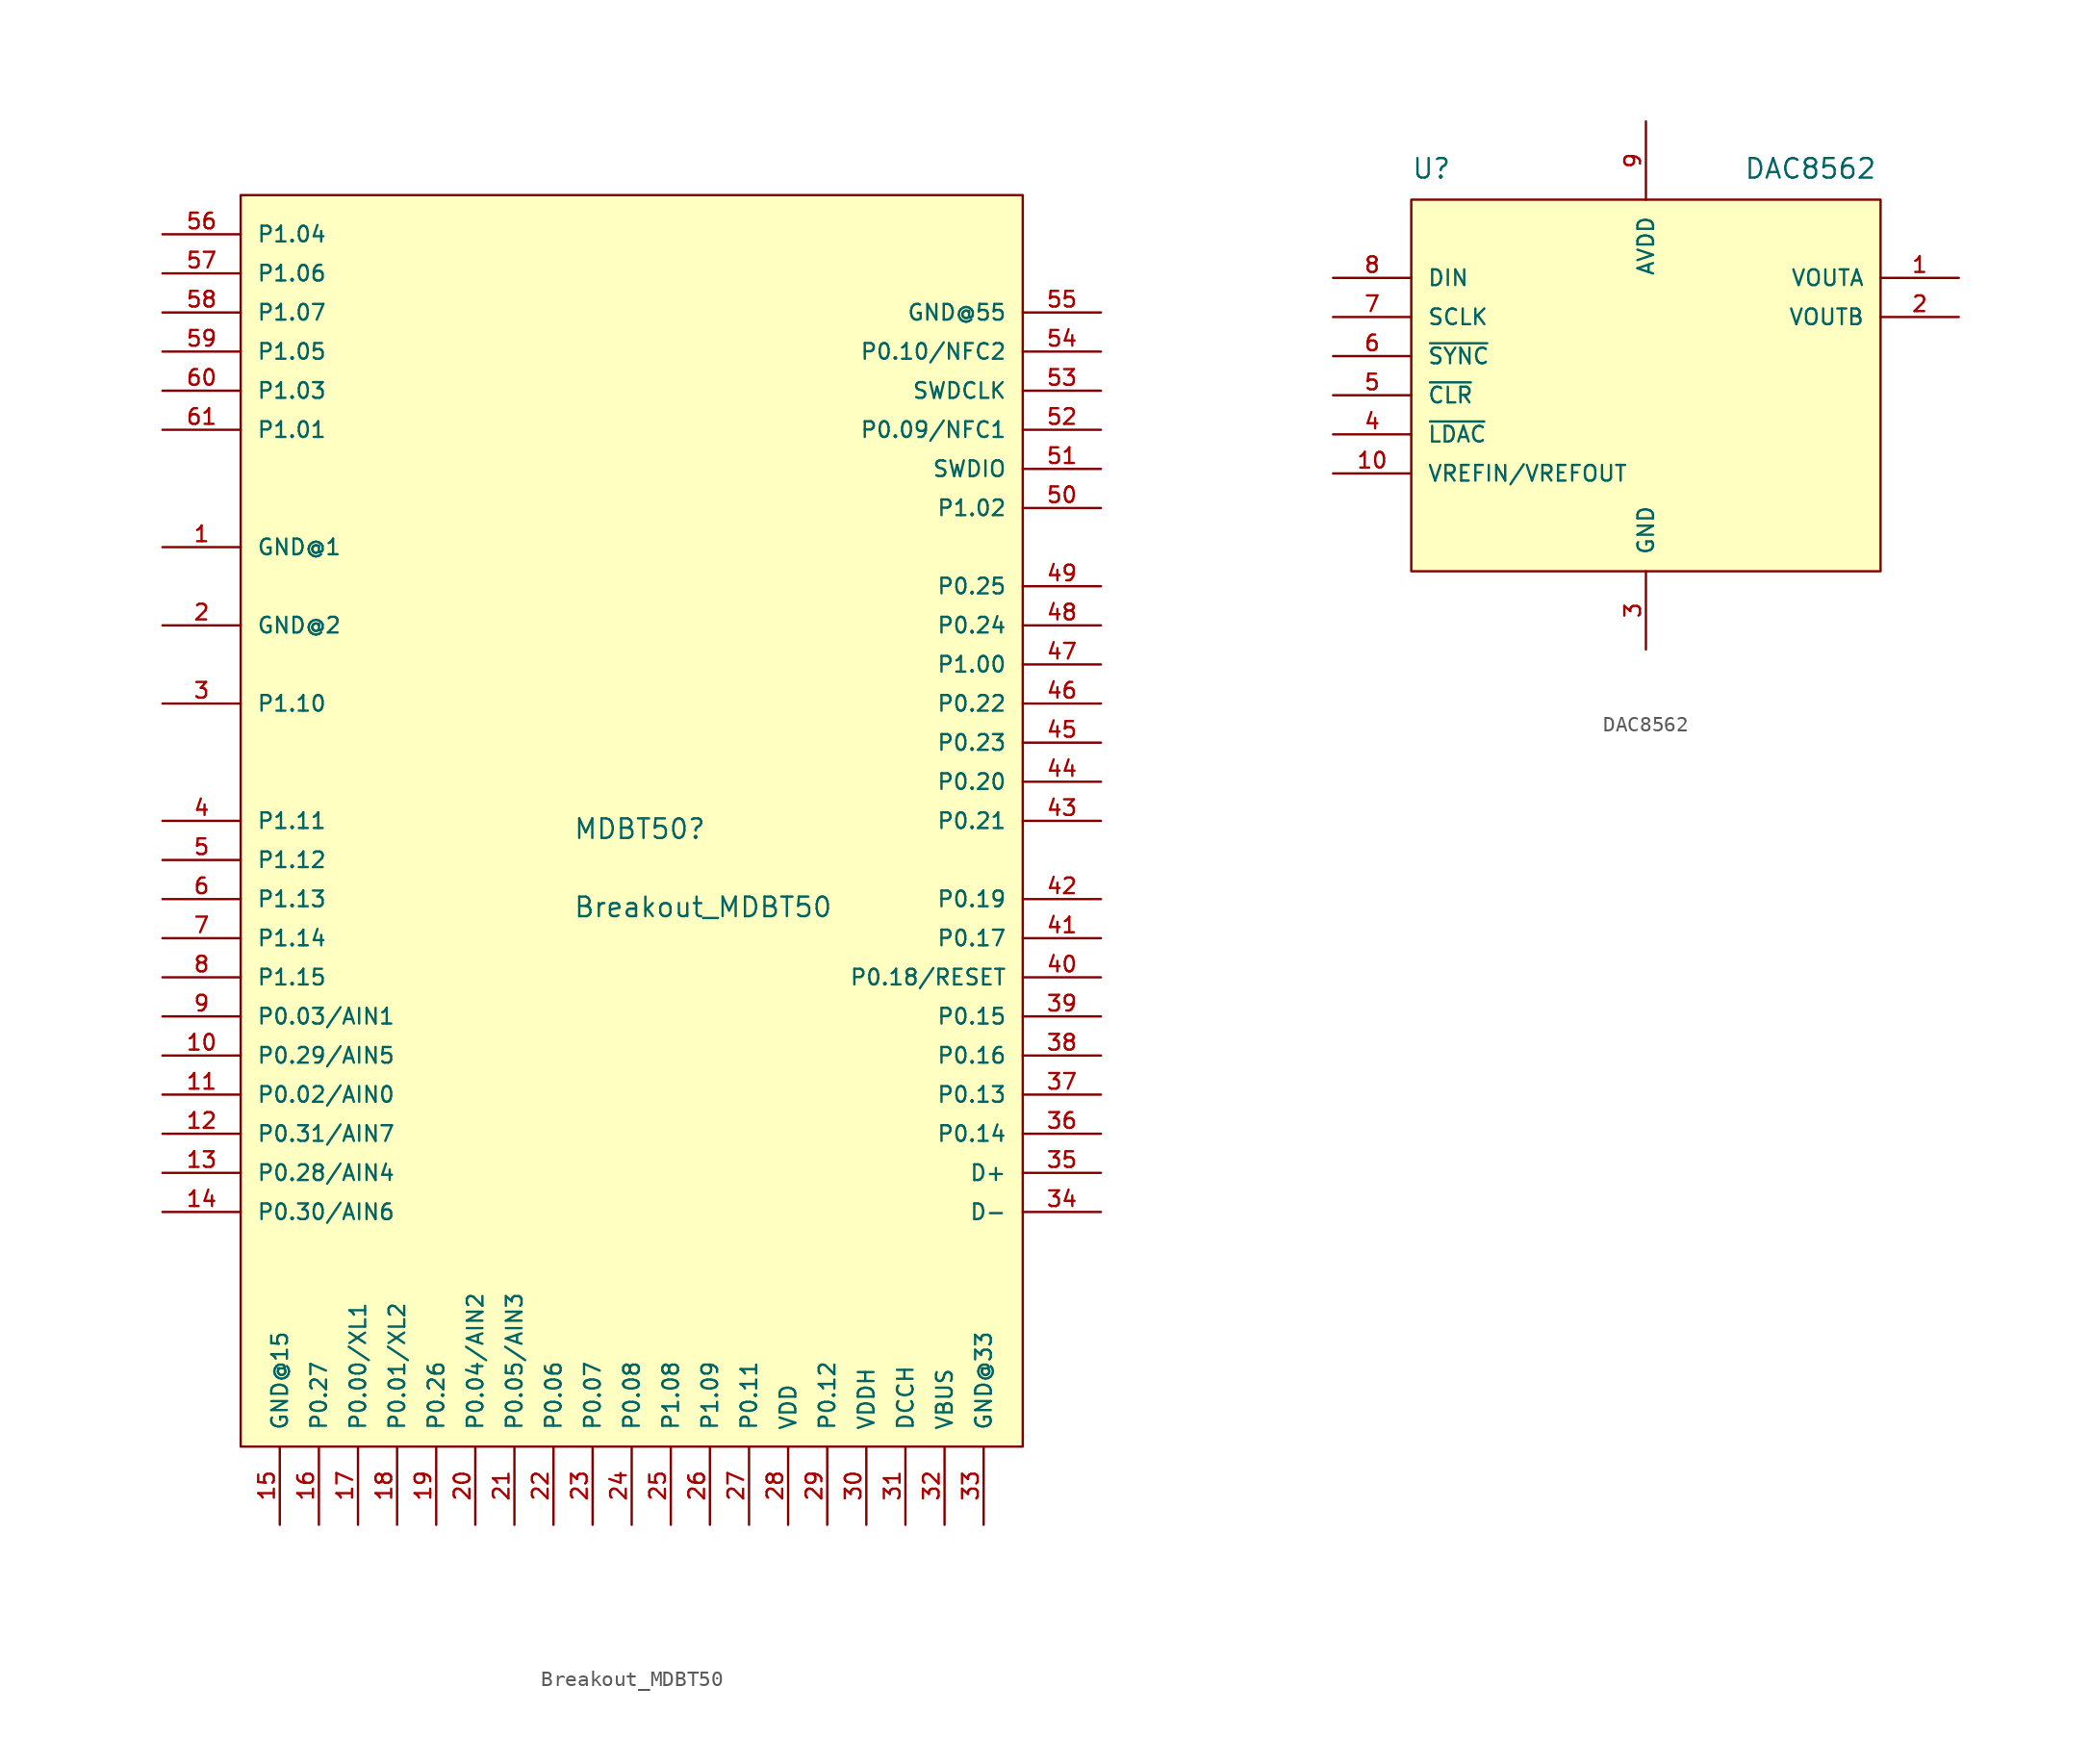
<source format=kicad_sym>
(kicad_symbol_lib
  (version 20211014)
  (generator kicad_symbol_editor)
  (symbol "Breakout_MDBT50"
    (pin_names
      (offset 1.016))
    (property "Reference" "MDBT50"
      (at -3.81 2.54 0)
      (effects (font (size 1.27 1.27)) (justify left bottom)))
    (property "Value" "Breakout_MDBT50"
      (at -3.81 -2.54 0)
      (effects (font (size 1.27 1.27)) (justify left bottom)))
    (property "ki_locked" ""
      (at 0 0 0)
      (effects (font (size 1.27 1.27))))
    (symbol "Breakout_MDBT50_0_0"
      (pin bidirectional line (at -30.48 21.59 0) (length 5.08) (name "GND@1" (effects (font (size 1.016 1.016)))) (number "1" (effects (font (size 1.016 1.016)))))
      (pin bidirectional line (at -30.48 -11.43 0) (length 5.08) (name "P0.29/AIN5" (effects (font (size 1.016 1.016)))) (number "10" (effects (font (size 1.016 1.016)))))
      (pin bidirectional line (at -30.48 -13.97 0) (length 5.08) (name "P0.02/AIN0" (effects (font (size 1.016 1.016)))) (number "11" (effects (font (size 1.016 1.016)))))
      (pin bidirectional line (at -30.48 -16.51 0) (length 5.08) (name "P0.31/AIN7" (effects (font (size 1.016 1.016)))) (number "12" (effects (font (size 1.016 1.016)))))
      (pin bidirectional line (at -30.48 -19.05 0) (length 5.08) (name "P0.28/AIN4" (effects (font (size 1.016 1.016)))) (number "13" (effects (font (size 1.016 1.016)))))
      (pin bidirectional line (at -30.48 -21.59 0) (length 5.08) (name "P0.30/AIN6" (effects (font (size 1.016 1.016)))) (number "14" (effects (font (size 1.016 1.016)))))
      (pin bidirectional line (at -22.86 -41.91 90) (length 5.08) (name "GND@15" (effects (font (size 1.016 1.016)))) (number "15" (effects (font (size 1.016 1.016)))))
      (pin bidirectional line (at -20.32 -41.91 90) (length 5.08) (name "P0.27" (effects (font (size 1.016 1.016)))) (number "16" (effects (font (size 1.016 1.016)))))
      (pin bidirectional line (at -17.78 -41.91 90) (length 5.08) (name "P0.00/XL1" (effects (font (size 1.016 1.016)))) (number "17" (effects (font (size 1.016 1.016)))))
      (pin bidirectional line (at -15.24 -41.91 90) (length 5.08) (name "P0.01/XL2" (effects (font (size 1.016 1.016)))) (number "18" (effects (font (size 1.016 1.016)))))
      (pin bidirectional line (at -12.7 -41.91 90) (length 5.08) (name "P0.26" (effects (font (size 1.016 1.016)))) (number "19" (effects (font (size 1.016 1.016)))))
      (pin bidirectional line (at -30.48 16.51 0) (length 5.08) (name "GND@2" (effects (font (size 1.016 1.016)))) (number "2" (effects (font (size 1.016 1.016)))))
      (pin bidirectional line (at -10.16 -41.91 90) (length 5.08) (name "P0.04/AIN2" (effects (font (size 1.016 1.016)))) (number "20" (effects (font (size 1.016 1.016)))))
      (pin bidirectional line (at -7.62 -41.91 90) (length 5.08) (name "P0.05/AIN3" (effects (font (size 1.016 1.016)))) (number "21" (effects (font (size 1.016 1.016)))))
      (pin bidirectional line (at -5.08 -41.91 90) (length 5.08) (name "P0.06" (effects (font (size 1.016 1.016)))) (number "22" (effects (font (size 1.016 1.016)))))
      (pin bidirectional line (at -2.54 -41.91 90) (length 5.08) (name "P0.07" (effects (font (size 1.016 1.016)))) (number "23" (effects (font (size 1.016 1.016)))))
      (pin bidirectional line (at 0 -41.91 90) (length 5.08) (name "P0.08" (effects (font (size 1.016 1.016)))) (number "24" (effects (font (size 1.016 1.016)))))
      (pin bidirectional line (at 2.54 -41.91 90) (length 5.08) (name "P1.08" (effects (font (size 1.016 1.016)))) (number "25" (effects (font (size 1.016 1.016)))))
      (pin bidirectional line (at 5.08 -41.91 90) (length 5.08) (name "P1.09" (effects (font (size 1.016 1.016)))) (number "26" (effects (font (size 1.016 1.016)))))
      (pin bidirectional line (at 7.62 -41.91 90) (length 5.08) (name "P0.11" (effects (font (size 1.016 1.016)))) (number "27" (effects (font (size 1.016 1.016)))))
      (pin bidirectional line (at 10.16 -41.91 90) (length 5.08) (name "VDD" (effects (font (size 1.016 1.016)))) (number "28" (effects (font (size 1.016 1.016)))))
      (pin bidirectional line (at 12.7 -41.91 90) (length 5.08) (name "P0.12" (effects (font (size 1.016 1.016)))) (number "29" (effects (font (size 1.016 1.016)))))
      (pin bidirectional line (at -30.48 11.43 0) (length 5.08) (name "P1.10" (effects (font (size 1.016 1.016)))) (number "3" (effects (font (size 1.016 1.016)))))
      (pin bidirectional line (at 15.24 -41.91 90) (length 5.08) (name "VDDH" (effects (font (size 1.016 1.016)))) (number "30" (effects (font (size 1.016 1.016)))))
      (pin bidirectional line (at 17.78 -41.91 90) (length 5.08) (name "DCCH" (effects (font (size 1.016 1.016)))) (number "31" (effects (font (size 1.016 1.016)))))
      (pin bidirectional line (at 20.32 -41.91 90) (length 5.08) (name "VBUS" (effects (font (size 1.016 1.016)))) (number "32" (effects (font (size 1.016 1.016)))))
      (pin bidirectional line (at 22.86 -41.91 90) (length 5.08) (name "GND@33" (effects (font (size 1.016 1.016)))) (number "33" (effects (font (size 1.016 1.016)))))
      (pin bidirectional line (at 30.48 -21.59 180) (length 5.08) (name "D-" (effects (font (size 1.016 1.016)))) (number "34" (effects (font (size 1.016 1.016)))))
      (pin bidirectional line (at 30.48 -19.05 180) (length 5.08) (name "D+" (effects (font (size 1.016 1.016)))) (number "35" (effects (font (size 1.016 1.016)))))
      (pin bidirectional line (at 30.48 -16.51 180) (length 5.08) (name "P0.14" (effects (font (size 1.016 1.016)))) (number "36" (effects (font (size 1.016 1.016)))))
      (pin bidirectional line (at 30.48 -13.97 180) (length 5.08) (name "P0.13" (effects (font (size 1.016 1.016)))) (number "37" (effects (font (size 1.016 1.016)))))
      (pin bidirectional line (at 30.48 -11.43 180) (length 5.08) (name "P0.16" (effects (font (size 1.016 1.016)))) (number "38" (effects (font (size 1.016 1.016)))))
      (pin bidirectional line (at 30.48 -8.89 180) (length 5.08) (name "P0.15" (effects (font (size 1.016 1.016)))) (number "39" (effects (font (size 1.016 1.016)))))
      (pin bidirectional line (at -30.48 3.81 0) (length 5.08) (name "P1.11" (effects (font (size 1.016 1.016)))) (number "4" (effects (font (size 1.016 1.016)))))
      (pin bidirectional line (at 30.48 -6.35 180) (length 5.08) (name "P0.18/RESET" (effects (font (size 1.016 1.016)))) (number "40" (effects (font (size 1.016 1.016)))))
      (pin bidirectional line (at 30.48 -3.81 180) (length 5.08) (name "P0.17" (effects (font (size 1.016 1.016)))) (number "41" (effects (font (size 1.016 1.016)))))
      (pin bidirectional line (at 30.48 -1.27 180) (length 5.08) (name "P0.19" (effects (font (size 1.016 1.016)))) (number "42" (effects (font (size 1.016 1.016)))))
      (pin bidirectional line (at 30.48 3.81 180) (length 5.08) (name "P0.21" (effects (font (size 1.016 1.016)))) (number "43" (effects (font (size 1.016 1.016)))))
      (pin bidirectional line (at 30.48 6.35 180) (length 5.08) (name "P0.20" (effects (font (size 1.016 1.016)))) (number "44" (effects (font (size 1.016 1.016)))))
      (pin bidirectional line (at 30.48 8.89 180) (length 5.08) (name "P0.23" (effects (font (size 1.016 1.016)))) (number "45" (effects (font (size 1.016 1.016)))))
      (pin bidirectional line (at 30.48 11.43 180) (length 5.08) (name "P0.22" (effects (font (size 1.016 1.016)))) (number "46" (effects (font (size 1.016 1.016)))))
      (pin bidirectional line (at 30.48 13.97 180) (length 5.08) (name "P1.00" (effects (font (size 1.016 1.016)))) (number "47" (effects (font (size 1.016 1.016)))))
      (pin bidirectional line (at 30.48 16.51 180) (length 5.08) (name "P0.24" (effects (font (size 1.016 1.016)))) (number "48" (effects (font (size 1.016 1.016)))))
      (pin bidirectional line (at 30.48 19.05 180) (length 5.08) (name "P0.25" (effects (font (size 1.016 1.016)))) (number "49" (effects (font (size 1.016 1.016)))))
      (pin bidirectional line (at -30.48 1.27 0) (length 5.08) (name "P1.12" (effects (font (size 1.016 1.016)))) (number "5" (effects (font (size 1.016 1.016)))))
      (pin bidirectional line (at 30.48 24.13 180) (length 5.08) (name "P1.02" (effects (font (size 1.016 1.016)))) (number "50" (effects (font (size 1.016 1.016)))))
      (pin bidirectional line (at 30.48 26.67 180) (length 5.08) (name "SWDIO" (effects (font (size 1.016 1.016)))) (number "51" (effects (font (size 1.016 1.016)))))
      (pin bidirectional line (at 30.48 29.21 180) (length 5.08) (name "P0.09/NFC1" (effects (font (size 1.016 1.016)))) (number "52" (effects (font (size 1.016 1.016)))))
      (pin bidirectional line (at 30.48 31.75 180) (length 5.08) (name "SWDCLK" (effects (font (size 1.016 1.016)))) (number "53" (effects (font (size 1.016 1.016)))))
      (pin bidirectional line (at 30.48 34.29 180) (length 5.08) (name "P0.10/NFC2" (effects (font (size 1.016 1.016)))) (number "54" (effects (font (size 1.016 1.016)))))
      (pin bidirectional line (at 30.48 36.83 180) (length 5.08) (name "GND@55" (effects (font (size 1.016 1.016)))) (number "55" (effects (font (size 1.016 1.016)))))
      (pin bidirectional line (at -30.48 41.91 0) (length 5.08) (name "P1.04" (effects (font (size 1.016 1.016)))) (number "56" (effects (font (size 1.016 1.016)))))
      (pin bidirectional line (at -30.48 39.37 0) (length 5.08) (name "P1.06" (effects (font (size 1.016 1.016)))) (number "57" (effects (font (size 1.016 1.016)))))
      (pin bidirectional line (at -30.48 36.83 0) (length 5.08) (name "P1.07" (effects (font (size 1.016 1.016)))) (number "58" (effects (font (size 1.016 1.016)))))
      (pin bidirectional line (at -30.48 34.29 0) (length 5.08) (name "P1.05" (effects (font (size 1.016 1.016)))) (number "59" (effects (font (size 1.016 1.016)))))
      (pin bidirectional line (at -30.48 -1.27 0) (length 5.08) (name "P1.13" (effects (font (size 1.016 1.016)))) (number "6" (effects (font (size 1.016 1.016)))))
      (pin bidirectional line (at -30.48 31.75 0) (length 5.08) (name "P1.03" (effects (font (size 1.016 1.016)))) (number "60" (effects (font (size 1.016 1.016)))))
      (pin bidirectional line (at -30.48 29.21 0) (length 5.08) (name "P1.01" (effects (font (size 1.016 1.016)))) (number "61" (effects (font (size 1.016 1.016)))))
      (pin bidirectional line (at -30.48 -3.81 0) (length 5.08) (name "P1.14" (effects (font (size 1.016 1.016)))) (number "7" (effects (font (size 1.016 1.016)))))
      (pin bidirectional line (at -30.48 -6.35 0) (length 5.08) (name "P1.15" (effects (font (size 1.016 1.016)))) (number "8" (effects (font (size 1.016 1.016)))))
      (pin bidirectional line (at -30.48 -8.89 0) (length 5.08) (name "P0.03/AIN1" (effects (font (size 1.016 1.016)))) (number "9" (effects (font (size 1.016 1.016))))))
    (symbol "Breakout_MDBT50_1_1"
      (rectangle (start 25.4 -36.83) (end -25.4 44.45) (stroke (width 0) (type default) (color 0 0 0 0)) (fill (type background)))))
  (symbol "DAC8562"
    (pin_names
      (offset 1.016))
    (property "Reference" "U"
      (at -20.32 16.51 0)
      (effects (font (size 1.27 1.27)) (justify left bottom)))
    (property "Value" "DAC8562"
      (at 1.27 16.51 0)
      (effects (font (size 1.27 1.27)) (justify left bottom)))
    (symbol "DAC8562_0_0"
      (pin output line (at 15.24 10.16 180) (length 5.08) (name "VOUTA" (effects (font (size 1.016 1.016)))) (number "1" (effects (font (size 1.016 1.016)))))
      (pin input line (at -25.4 -2.54 0) (length 5.08) (name "VREFIN/VREFOUT" (effects (font (size 1.016 1.016)))) (number "10" (effects (font (size 1.016 1.016)))))
      (pin output line (at 15.24 7.62 180) (length 5.08) (name "VOUTB" (effects (font (size 1.016 1.016)))) (number "2" (effects (font (size 1.016 1.016)))))
      (pin passive line (at -5.08 -13.97 90) (length 5.08) (name "GND" (effects (font (size 1.016 1.016)))) (number "3" (effects (font (size 1.016 1.016)))))
      (pin input line (at -25.4 0 0) (length 5.08) (name "~{LDAC}" (effects (font (size 1.016 1.016)))) (number "4" (effects (font (size 1.016 1.016)))))
      (pin input line (at -25.4 2.54 0) (length 5.08) (name "~{CLR}" (effects (font (size 1.016 1.016)))) (number "5" (effects (font (size 1.016 1.016)))))
      (pin input line (at -25.4 5.08 0) (length 5.08) (name "~{SYNC}" (effects (font (size 1.016 1.016)))) (number "6" (effects (font (size 1.016 1.016)))))
      (pin input line (at -25.4 7.62 0) (length 5.08) (name "SCLK" (effects (font (size 1.016 1.016)))) (number "7" (effects (font (size 1.016 1.016)))))
      (pin input line (at -25.4 10.16 0) (length 5.08) (name "DIN" (effects (font (size 1.016 1.016)))) (number "8" (effects (font (size 1.016 1.016)))))
      (pin input line (at -5.08 20.32 270) (length 5.08) (name "AVDD" (effects (font (size 1.016 1.016)))) (number "9" (effects (font (size 1.016 1.016))))))
    (symbol "DAC8562_0_1"
      (rectangle (start 10.16 -8.89) (end -20.32 15.24) (stroke (width 0) (type default) (color 0 0 0 0)) (fill (type background))))))
</source>
